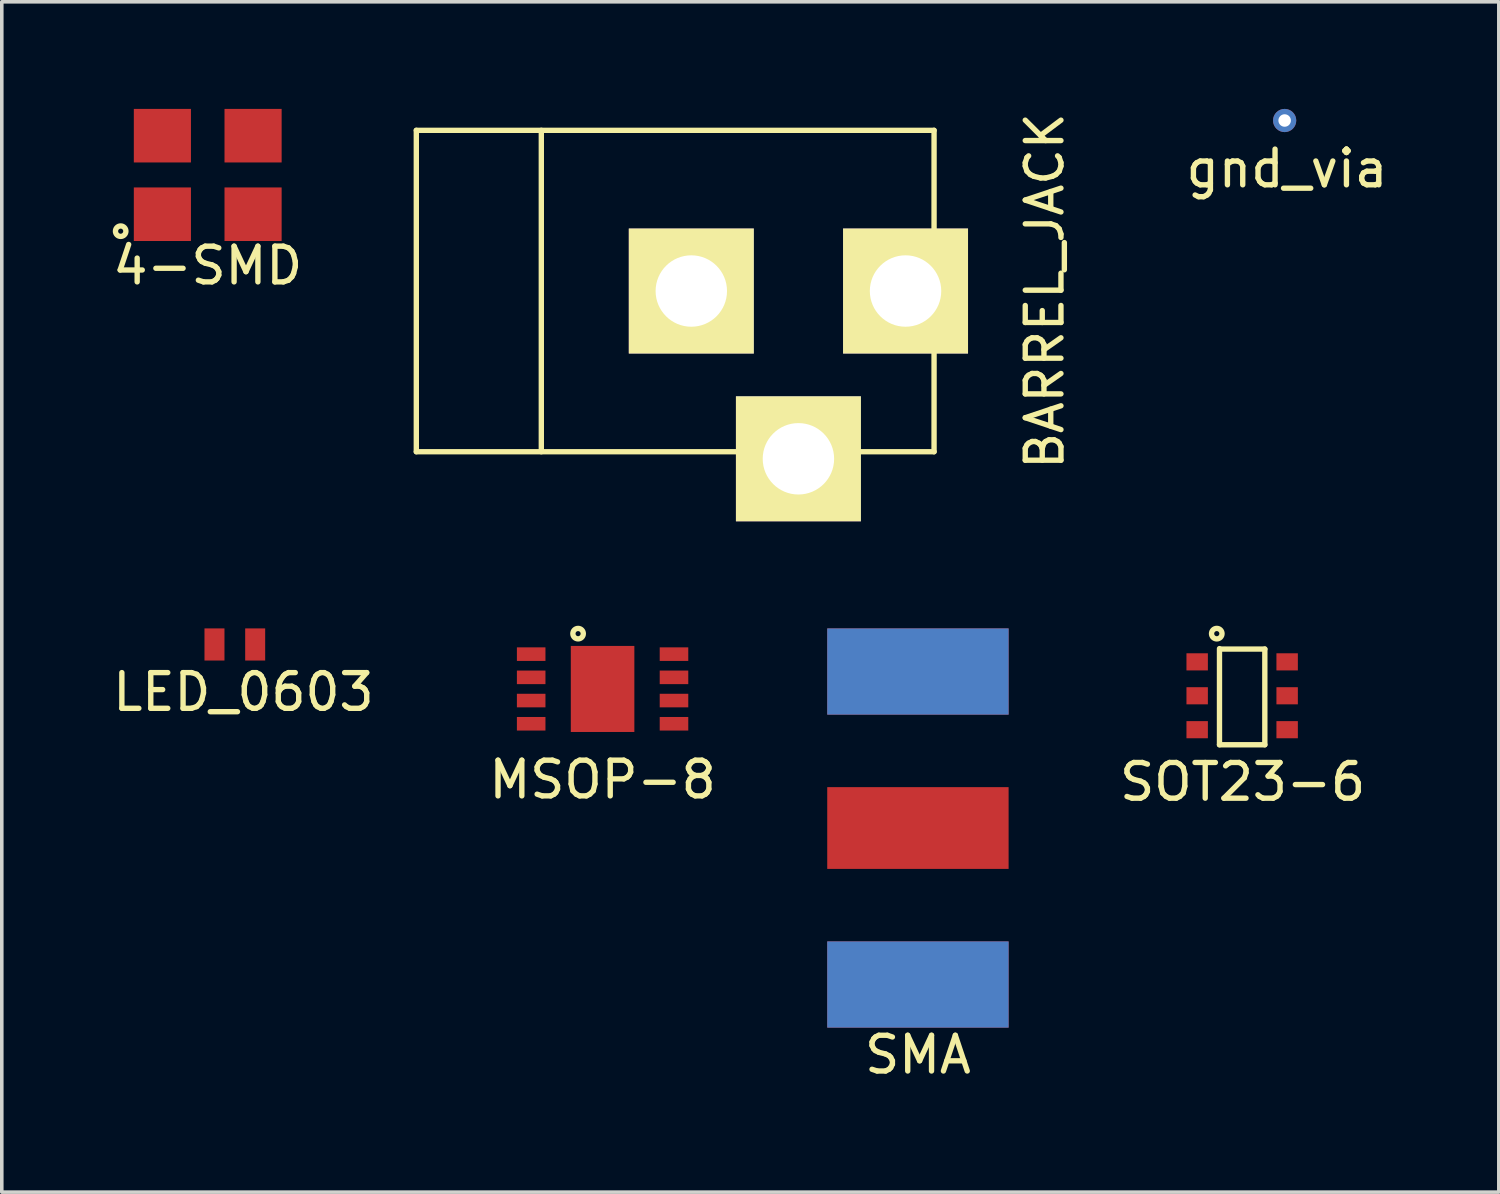
<source format=kicad_pcb>
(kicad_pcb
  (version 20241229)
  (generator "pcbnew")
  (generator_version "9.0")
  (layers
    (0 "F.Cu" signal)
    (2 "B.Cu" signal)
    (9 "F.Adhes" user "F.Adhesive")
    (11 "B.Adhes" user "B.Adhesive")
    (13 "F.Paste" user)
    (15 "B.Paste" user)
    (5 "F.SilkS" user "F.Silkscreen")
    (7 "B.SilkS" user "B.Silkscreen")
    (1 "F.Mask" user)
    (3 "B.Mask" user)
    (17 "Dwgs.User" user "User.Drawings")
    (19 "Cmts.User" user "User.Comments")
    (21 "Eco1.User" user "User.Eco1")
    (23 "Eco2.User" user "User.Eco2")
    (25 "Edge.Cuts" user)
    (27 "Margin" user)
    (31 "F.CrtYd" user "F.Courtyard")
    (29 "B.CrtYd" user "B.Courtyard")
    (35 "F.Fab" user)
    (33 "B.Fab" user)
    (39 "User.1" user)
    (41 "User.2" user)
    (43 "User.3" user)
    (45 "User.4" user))
  (footprint "MSOP-8"
    (layer "F.Cu")
    (at 13.827 16.246)
    (property "Reference" "MSOP-8" (at 0 2.54 0) (layer "F.SilkS") (effects (font (size 1 1) (thickness 0.15))))
    (attr through_hole)
    (fp_circle (center -0.686 -1.549) (end -0.635 -1.499) (stroke (width 0.15) (type solid)) (fill no) (layer "F.SilkS"))
    (pad "1" smd rect (at -2 -0.975) (size 0.8 0.38) (layers "F.Cu" "F.Mask" "F.Paste"))
    (pad "2" smd rect (at -2 -0.325) (size 0.8 0.38) (layers "F.Cu" "F.Mask" "F.Paste"))
    (pad "3" smd rect (at -2 0.325) (size 0.8 0.38) (layers "F.Cu" "F.Mask" "F.Paste"))
    (pad "4" smd rect (at -2 0.975) (size 0.8 0.38) (layers "F.Cu" "F.Mask" "F.Paste"))
    (pad "5" smd rect (at 2 0.975) (size 0.8 0.38) (layers "F.Cu" "F.Mask" "F.Paste"))
    (pad "6" smd rect (at 2 0.325) (size 0.8 0.38) (layers "F.Cu" "F.Mask" "F.Paste"))
    (pad "7" smd rect (at 2 -0.325) (size 0.8 0.38) (layers "F.Cu" "F.Mask" "F.Paste"))
    (pad "8" smd rect (at 2 -0.975) (size 0.8 0.38) (layers "F.Cu" "F.Mask" "F.Paste"))
    (pad "PAD" smd rect (at 0 0) (size 1.78 2.41) (layers "F.Cu" "F.Mask" "F.Paste")))
  (footprint "SMA"
    (layer "F.Cu")
    (at 22.659 20.141)
    (property "Reference" "SMA" (at 0 6.35 0) (layer "F.SilkS") (effects (font (size 1 1) (thickness 0.15))))
    (attr through_hole)
    (pad "1" smd rect (at 0 0) (size 5.08 2.29) (layers "F.Cu" "F.Mask" "F.Paste"))
    (pad "2" smd rect (at 0 -4.383) (size 5.08 2.415) (layers "F.Cu" "F.Mask" "F.Paste"))
    (pad "2" smd rect (at 0 -4.383) (size 5.08 2.415) (layers "F.Mask" "B.Cu" "F.Paste"))
    (pad "2" smd rect (at 0 4.383) (size 5.08 2.415) (layers "F.Cu" "F.Mask" "F.Paste"))
    (pad "2" smd rect (at 0 4.383) (size 5.08 2.415) (layers "F.Mask" "B.Cu" "F.Paste")))
  (footprint "LED_0603"
    (layer "F.Cu")
    (at 3.527 15)
    (property "Reference" "LED_0603" (at 0.241 1.333 0) (layer "F.SilkS") (effects (font (size 1 1) (thickness 0.15))))
    (attr through_hole)
    (pad "1" smd rect (at 0.57 0) (size 0.56 0.9) (layers "F.Cu" "F.Mask" "F.Paste"))
    (pad "2" smd rect (at -0.57 0) (size 0.56 0.9) (layers "F.Cu" "F.Mask" "F.Paste")))
  (footprint "gnd_via"
    (layer "F.Cu")
    (at 32.93 0.325)
    (property "Reference" "gnd_via" (at 0.064 1.346 0) (layer "F.SilkS") (effects (font (size 1 1) (thickness 0.15))))
    (attr through_hole)
    (pad "1" thru_hole circle (at 0 0) (size 0.65 0.65) (drill 0.35) (layers "*.Cu")))
  (footprint "BARREL_JACK"
    (layer "F.Cu")
    (at 16.111 5.101)
    (property "Reference" "BARREL_JACK" (at 10.099 0 90) (layer "F.SilkS") (effects (font (size 1 1) (thickness 0.15))))
    (attr through_hole)
    (fp_line (start -7.501 -4.501) (end -7.501 4.501) (stroke (width 0.15) (type solid)) (layer "F.SilkS"))
    (fp_line (start -7.501 4.501) (end 7 4.501) (stroke (width 0.15) (type solid)) (layer "F.SilkS"))
    (fp_line (start -4 -4.501) (end -4 4.501) (stroke (width 0.15) (type solid)) (layer "F.SilkS"))
    (fp_line (start 7 -4.501) (end -7.501 -4.501) (stroke (width 0.15) (type solid)) (layer "F.SilkS"))
    (fp_line (start 7 4.501) (end 7 -4.501) (stroke (width 0.15) (type solid)) (layer "F.SilkS"))
    (pad "1" thru_hole rect (at 6.201 0) (size 3.5 3.5) (drill 2) (layers "*.Cu" "*.Mask" "F.SilkS"))
    (pad "2" thru_hole rect (at 0.201 0) (size 3.5 3.5) (drill 2) (layers "*.Cu" "*.Mask" "F.SilkS"))
    (pad "3" thru_hole rect (at 3.201 4.699) (size 3.5 3.5) (drill 2) (layers "*.Cu" "*.Mask" "F.SilkS")))
  (footprint "4-SMD"
    (layer "F.Cu")
    (at 2.768 1.85)
    (property "Reference" "4-SMD" (at 0 2.54 0) (layer "F.SilkS") (effects (font (size 1 1) (thickness 0.15))))
    (attr through_hole)
    (fp_circle (center -2.438 1.575) (end -2.388 1.626) (stroke (width 0.15) (type solid)) (fill no) (layer "F.SilkS"))
    (pad "1" smd rect (at -1.27 1.1) (size 1.6 1.5) (layers "F.Cu" "F.Mask" "F.Paste"))
    (pad "2" smd rect (at 1.27 1.1) (size 1.6 1.5) (layers "F.Cu" "F.Mask" "F.Paste"))
    (pad "3" smd rect (at 1.27 -1.1) (size 1.6 1.5) (layers "F.Cu" "F.Mask" "F.Paste"))
    (pad "4" smd rect (at -1.27 -1.1) (size 1.6 1.5) (layers "F.Cu" "F.Mask" "F.Paste")))
  (footprint "SOT23-6"
    (layer "F.Cu")
    (at 31.74 16.437)
    (property "Reference" "SOT23-6" (at 0.013 2.413 0) (layer "F.SilkS") (effects (font (size 1 1) (thickness 0.15))))
    (attr through_hole)
    (fp_line (start -0.635 1.372) (end -0.635 -1.321) (stroke (width 0.15) (type solid)) (layer "F.SilkS"))
    (fp_line (start -0.572 -1.308) (end 0.635 -1.308) (stroke (width 0.15) (type solid)) (layer "F.SilkS"))
    (fp_line (start 0.635 -1.308) (end 0.635 1.372) (stroke (width 0.15) (type solid)) (layer "F.SilkS"))
    (fp_line (start 0.635 1.372) (end -0.635 1.372) (stroke (width 0.15) (type solid)) (layer "F.SilkS"))
    (fp_circle (center -0.711 -1.74) (end -0.66 -1.689) (stroke (width 0.15) (type solid)) (fill no) (layer "F.SilkS"))
    (pad "1" smd rect (at -1.26 -0.95) (size 0.6 0.48) (layers "F.Cu" "F.Mask" "F.Paste"))
    (pad "2" smd rect (at -1.26 0) (size 0.6 0.48) (layers "F.Cu" "F.Mask" "F.Paste"))
    (pad "3" smd rect (at -1.26 0.95) (size 0.6 0.48) (layers "F.Cu" "F.Mask" "F.Paste"))
    (pad "4" smd rect (at 1.26 0.95) (size 0.6 0.48) (layers "F.Cu" "F.Mask" "F.Paste"))
    (pad "5" smd rect (at 1.26 0) (size 0.6 0.48) (layers "F.Cu" "F.Mask" "F.Paste"))
    (pad "6" smd rect (at 1.26 -0.95) (size 0.6 0.48) (layers "F.Cu" "F.Mask" "F.Paste")))
  (gr_rect
    (start -3 -3)
    (end 38.928 30.339)
    (stroke (width 0.1) (type default))
    (fill no)
    (layer "Edge.Cuts")))
</source>
